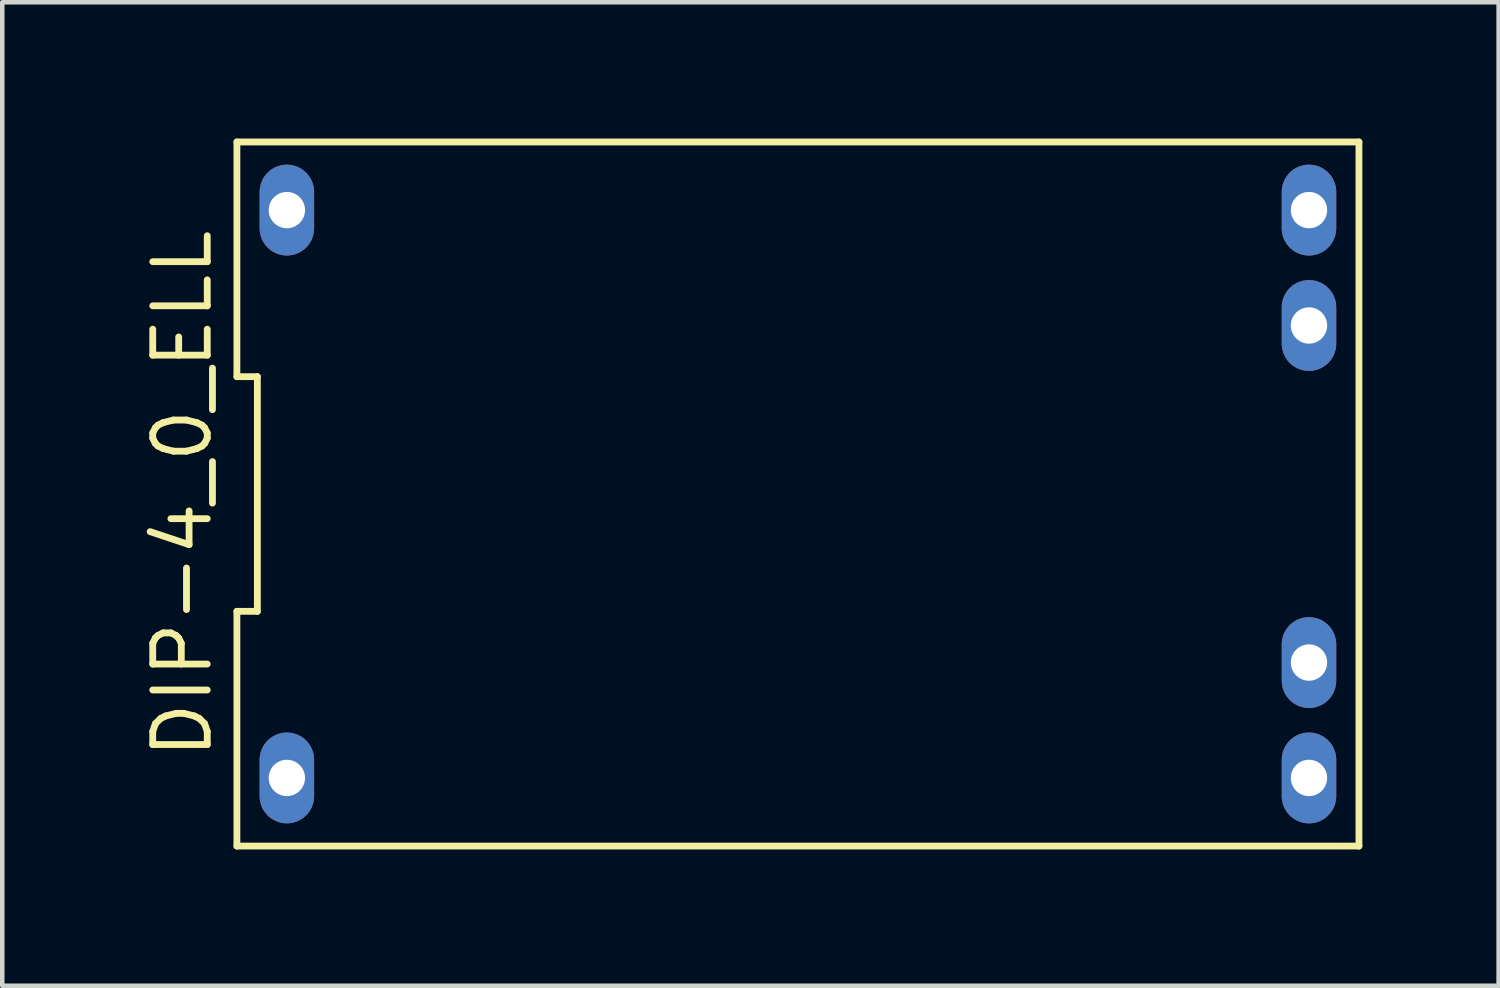
<source format=kicad_pcb>
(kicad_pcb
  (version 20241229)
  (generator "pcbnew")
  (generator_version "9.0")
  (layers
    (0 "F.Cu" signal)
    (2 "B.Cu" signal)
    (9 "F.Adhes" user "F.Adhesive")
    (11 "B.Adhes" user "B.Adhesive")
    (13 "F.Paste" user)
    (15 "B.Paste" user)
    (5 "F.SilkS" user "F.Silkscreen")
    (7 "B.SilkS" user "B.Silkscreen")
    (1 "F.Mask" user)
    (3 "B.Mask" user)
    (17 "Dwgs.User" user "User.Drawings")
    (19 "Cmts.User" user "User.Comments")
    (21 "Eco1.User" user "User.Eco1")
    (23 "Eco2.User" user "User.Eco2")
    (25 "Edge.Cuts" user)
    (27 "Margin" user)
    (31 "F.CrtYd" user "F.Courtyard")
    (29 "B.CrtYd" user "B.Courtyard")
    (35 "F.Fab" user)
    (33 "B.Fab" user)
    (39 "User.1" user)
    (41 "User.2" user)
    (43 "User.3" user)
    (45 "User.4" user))
  (footprint "DIP-4_0_ELL"
    (layer "F.Cu")
    (at 14.515 7.825)
    (property "Reference" "DIP-4_0_ELL" (at -13.55 0 90) (layer "F.SilkS") (effects (font (size 1.2 1.2) (thickness 0.15))))
    (attr through_hole)
    (fp_line (start -12.35 -7.75) (end -12.35 -2.583) (stroke (width 0.15) (type solid)) (layer "F.SilkS"))
    (fp_line (start -12.35 -2.583) (end -11.9 -2.583) (stroke (width 0.15) (type solid)) (layer "F.SilkS"))
    (fp_line (start -12.35 2.583) (end -12.35 7.75) (stroke (width 0.15) (type solid)) (layer "F.SilkS"))
    (fp_line (start -12.35 7.75) (end 12.35 7.75) (stroke (width 0.15) (type solid)) (layer "F.SilkS"))
    (fp_line (start -11.9 -2.583) (end -11.9 2.583) (stroke (width 0.15) (type solid)) (layer "F.SilkS"))
    (fp_line (start -11.9 2.583) (end -12.35 2.583) (stroke (width 0.15) (type solid)) (layer "F.SilkS"))
    (fp_line (start 12.35 -7.75) (end -12.35 -7.75) (stroke (width 0.15) (type solid)) (layer "F.SilkS"))
    (fp_line (start 12.35 7.75) (end 12.35 -7.75) (stroke (width 0.15) (type solid)) (layer "F.SilkS"))
    (pad "1" thru_hole oval (at 11.25 3.71) (size 1.2 2) (drill 0.8) (layers "*.Cu" "*.Mask"))
    (pad "2" thru_hole oval (at 11.25 -3.71) (size 1.2 2) (drill 0.8) (layers "*.Cu" "*.Mask"))
    (pad "3" thru_hole oval (at 11.25 6.25) (size 1.2 2) (drill 0.8) (layers "*.Cu" "*.Mask"))
    (pad "4" thru_hole oval (at 11.25 -6.25) (size 1.2 2) (drill 0.8) (layers "*.Cu" "*.Mask"))
    (pad "5" thru_hole oval (at -11.25 6.25) (size 1.2 2) (drill 0.8) (layers "*.Cu" "*.Mask"))
    (pad "6" thru_hole oval (at -11.25 -6.25) (size 1.2 2) (drill 0.8) (layers "*.Cu" "*.Mask")))
  (gr_rect
    (start -3 -3)
    (end 29.94 18.65)
    (stroke (width 0.1) (type default))
    (fill no)
    (layer "Edge.Cuts")))
</source>
